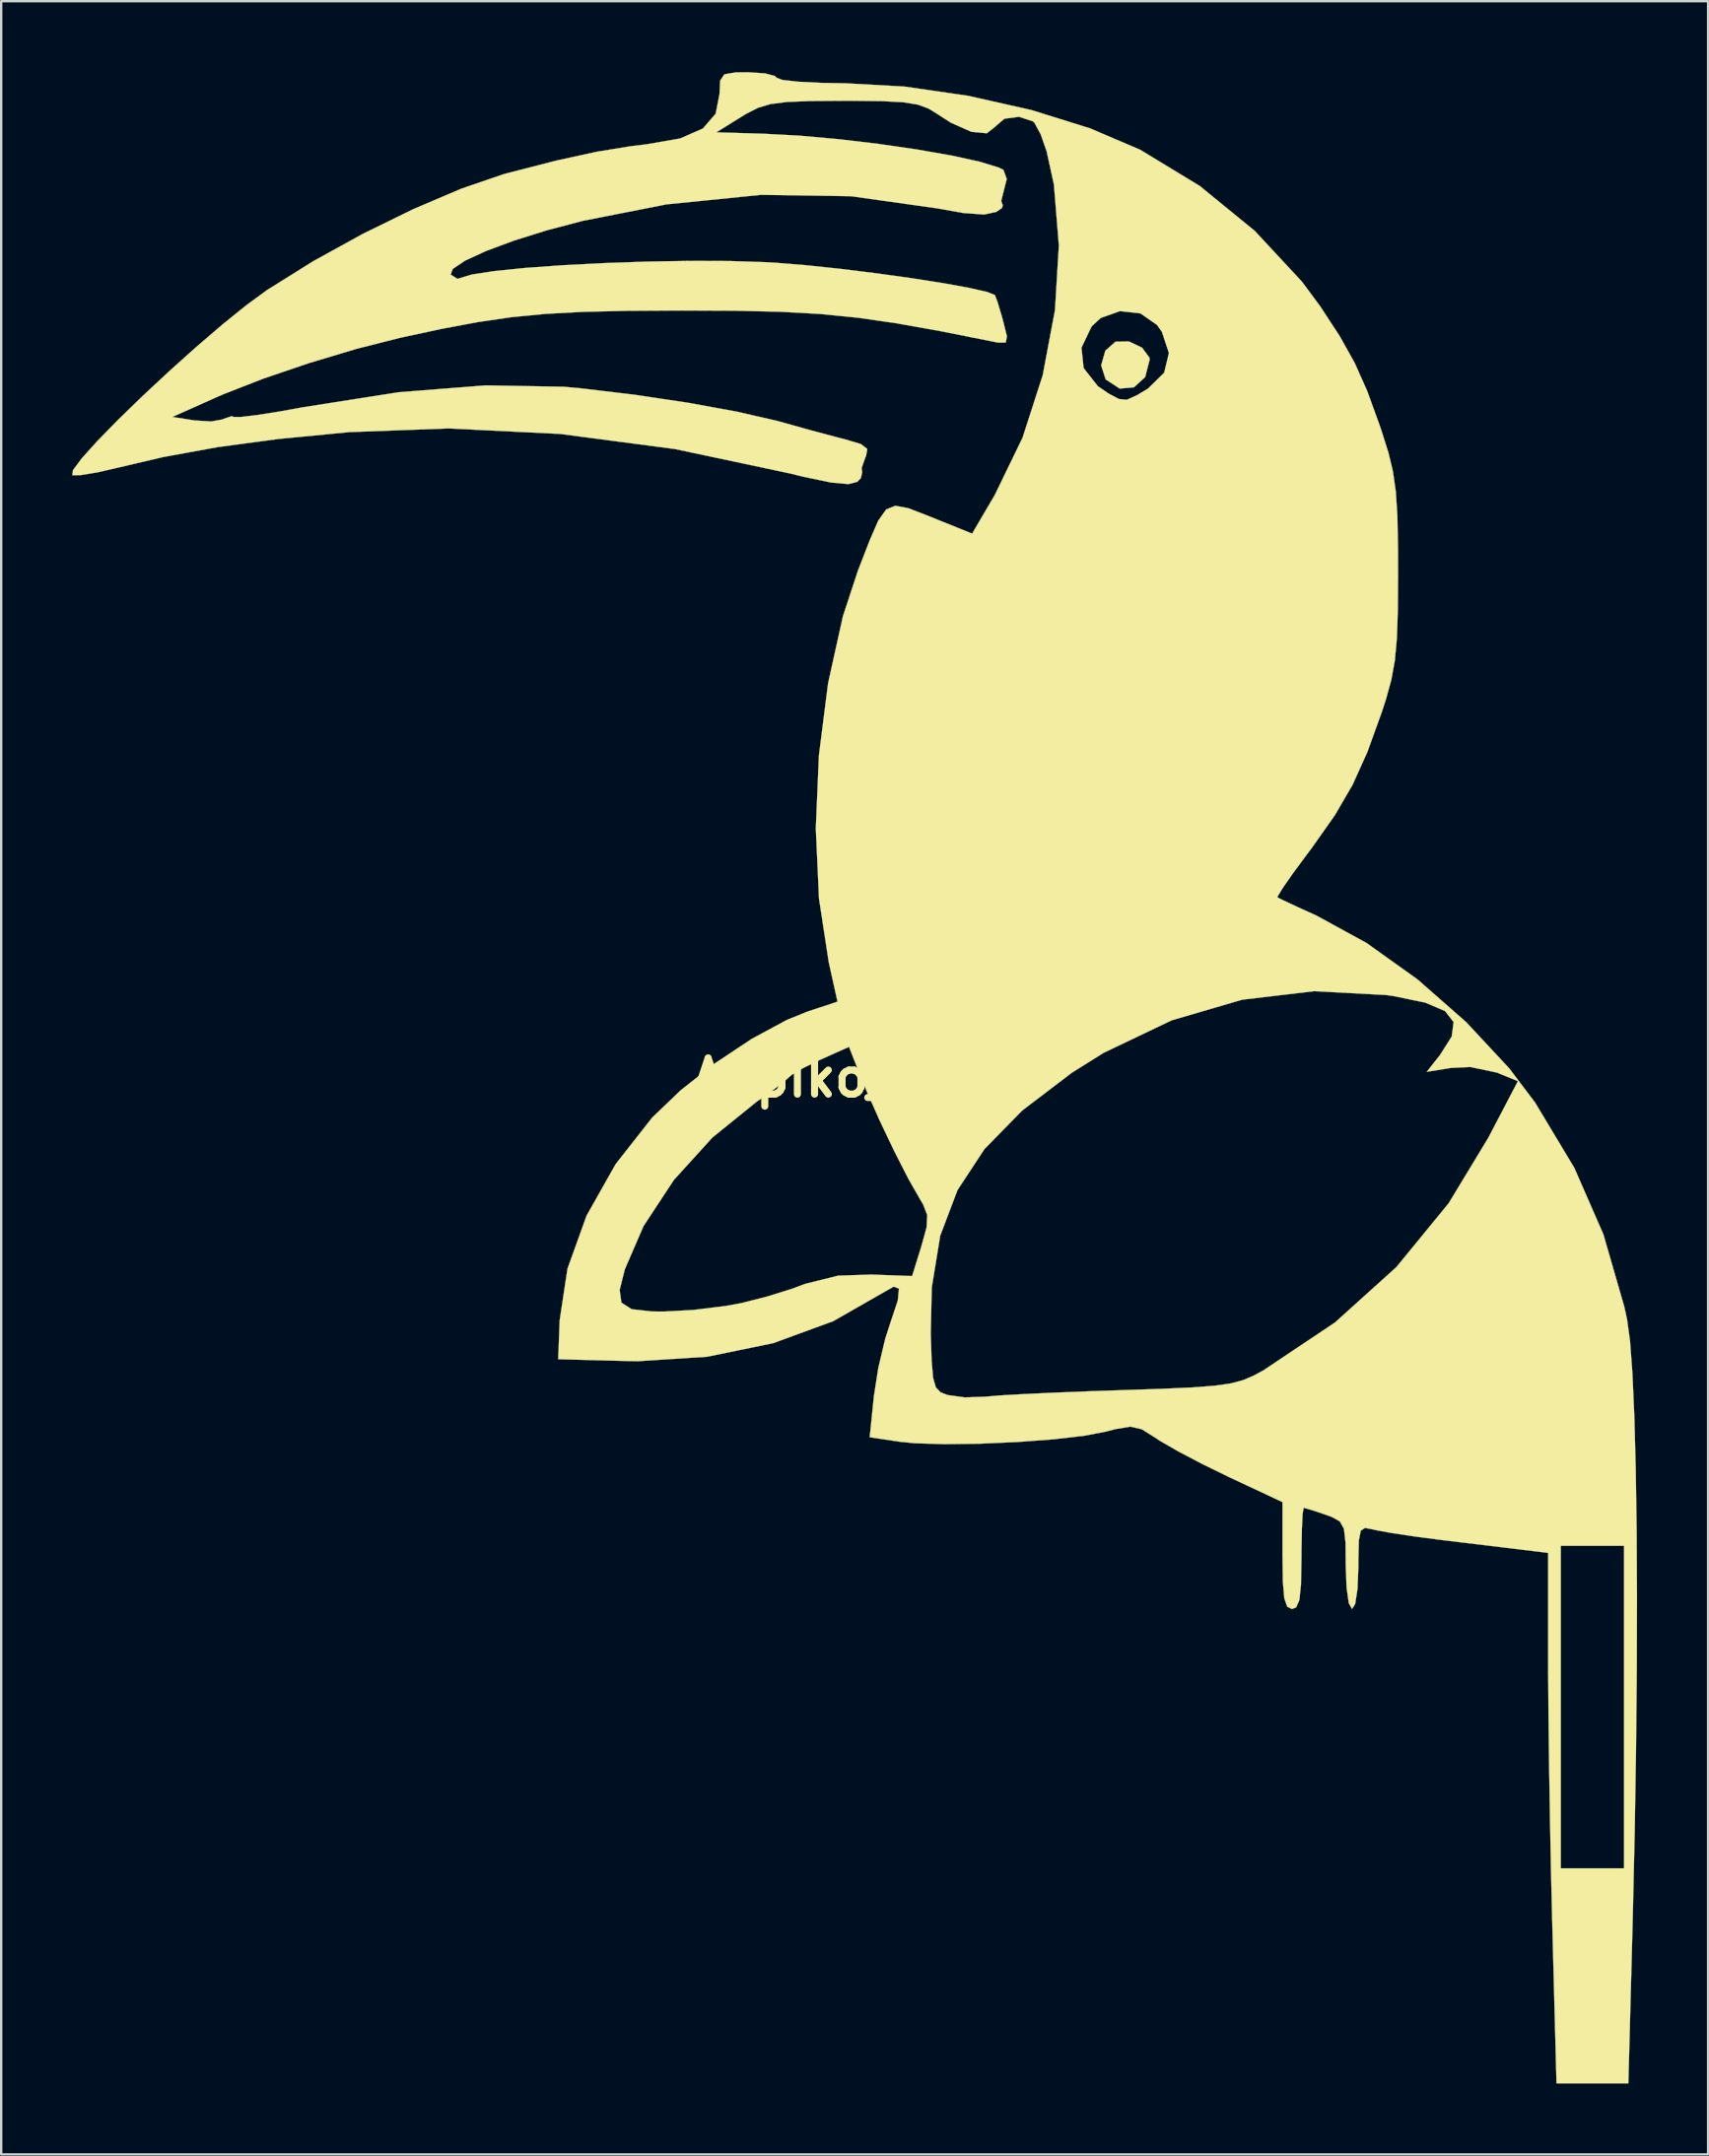
<source format=kicad_pcb>
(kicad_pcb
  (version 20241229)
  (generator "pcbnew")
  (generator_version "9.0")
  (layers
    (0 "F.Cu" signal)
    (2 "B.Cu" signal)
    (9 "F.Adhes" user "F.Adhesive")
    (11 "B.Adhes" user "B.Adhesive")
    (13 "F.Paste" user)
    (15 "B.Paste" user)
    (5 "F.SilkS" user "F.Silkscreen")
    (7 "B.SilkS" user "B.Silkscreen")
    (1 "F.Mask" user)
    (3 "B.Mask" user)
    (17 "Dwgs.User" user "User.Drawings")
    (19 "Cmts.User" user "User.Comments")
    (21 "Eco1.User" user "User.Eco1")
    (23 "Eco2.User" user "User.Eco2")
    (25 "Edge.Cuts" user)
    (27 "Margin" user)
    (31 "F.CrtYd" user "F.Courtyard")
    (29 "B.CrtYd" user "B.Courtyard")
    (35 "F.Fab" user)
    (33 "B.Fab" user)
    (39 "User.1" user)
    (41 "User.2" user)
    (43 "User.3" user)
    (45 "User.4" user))
  (footprint "Appiko_logo"
    (layer "F.Cu")
    (at 32.978 42.517)
    (property "Reference" "Appiko_logo" (at 0 0 0) (layer "F.SilkS") (effects (font (size 1.524 1.524) (thickness 0.3))))
    (attr through_hole)
    (fp_poly (pts (xy 12.248 -30.866) (xy 12.556 -30.45) (xy 12.566 -30.359) (xy 12.376 -29.623) (xy 11.904 -29.194) (xy 11.3 -29.138) (xy 10.713 -29.523) (xy 10.705 -29.531) (xy 10.516 -30.118) (xy 10.693 -30.743) (xy 11.125 -31.123) (xy 11.692 -31.132) (xy 12.248 -30.866)) (stroke (width 0.01) (type solid)) (fill yes) (layer "F.SilkS"))
    (fp_poly (pts (xy -3.694 -42.466) (xy -3.264 -42.35) (xy -3.208 -42.282) (xy -2.959 -42.188) (xy -2.285 -42.112) (xy -1.294 -42.063) (xy -0.334 -42.048) (xy 2.203 -41.907) (xy 4.893 -41.517) (xy 7.565 -40.916) (xy 10.049 -40.141) (xy 12.163 -39.238) (xy 14.683 -37.707) (xy 17.008 -35.808) (xy 19.004 -33.659) (xy 19.775 -32.619) (xy 20.611 -31.339) (xy 21.238 -30.215) (xy 21.764 -29.034) (xy 22.291 -27.581) (xy 22.381 -27.314) (xy 22.66 -26.428) (xy 22.851 -25.63) (xy 22.972 -24.785) (xy 23.038 -23.757) (xy 23.064 -22.413) (xy 23.067 -21.389) (xy 23.057 -19.786) (xy 23.017 -18.583) (xy 22.931 -17.644) (xy 22.784 -16.834) (xy 22.56 -16.018) (xy 22.384 -15.474) (xy 21.77 -13.774) (xy 21.145 -12.388) (xy 20.397 -11.104) (xy 19.416 -9.711) (xy 19.243 -9.482) (xy 18.636 -8.661) (xy 18.19 -8.022) (xy 17.975 -7.667) (xy 17.967 -7.628) (xy 18.234 -7.495) (xy 18.85 -7.207) (xy 19.619 -6.857) (xy 21.734 -5.7) (xy 23.89 -4.16) (xy 25.946 -2.354) (xy 27.764 -0.402) (xy 28.858 1.045) (xy 30.518 3.809) (xy 31.747 6.621) (xy 32.629 9.675) (xy 32.748 10.224) (xy 32.871 11.121) (xy 32.973 12.505) (xy 33.054 14.327) (xy 33.113 16.54) (xy 33.151 19.095) (xy 33.165 21.945) (xy 33.157 25.042) (xy 33.126 28.337) (xy 33.071 31.784) (xy 32.991 35.333) (xy 32.977 35.894) (xy 32.801 42.512) (xy 29.764 42.512) (xy 29.588 35.894) (xy 29.535 33.718) (xy 29.489 31.399) (xy 29.451 29.095) (xy 29.425 26.963) (xy 29.412 25.159) (xy 29.411 24.681) (xy 29.411 20.085) (xy 28.274 19.947) (xy 27.46 19.849) (xy 26.934 19.785) (xy 29.945 19.785) (xy 29.945 33.421) (xy 32.619 33.421) (xy 32.619 19.785) (xy 29.945 19.785) (xy 26.934 19.785) (xy 26.332 19.713) (xy 25.109 19.565) (xy 24.865 19.536) (xy 23.744 19.389) (xy 22.767 19.242) (xy 22.103 19.119) (xy 21.991 19.091) (xy 21.67 19.03) (xy 21.49 19.148) (xy 21.41 19.553) (xy 21.39 20.353) (xy 21.389 20.69) (xy 21.352 21.61) (xy 21.254 22.242) (xy 21.122 22.459) (xy 20.984 22.212) (xy 20.89 21.551) (xy 20.855 20.614) (xy 20.845 19.641) (xy 20.779 19.066) (xy 20.603 18.753) (xy 20.265 18.566) (xy 20.013 18.475) (xy 19.415 18.275) (xy 19.087 18.182) (xy 19.077 18.181) (xy 19.033 18.427) (xy 19.001 19.082) (xy 18.984 20.018) (xy 18.983 20.32) (xy 18.964 21.417) (xy 18.896 22.076) (xy 18.76 22.391) (xy 18.582 22.459) (xy 18.381 22.362) (xy 18.258 22.007) (xy 18.197 21.303) (xy 18.181 20.199) (xy 18.181 17.939) (xy 15.905 16.873) (xy 14.789 16.328) (xy 13.763 15.788) (xy 12.992 15.343) (xy 12.792 15.21) (xy 12.233 14.858) (xy 11.752 14.749) (xy 11.109 14.854) (xy 10.724 14.957) (xy 9.802 15.134) (xy 8.502 15.284) (xy 6.979 15.398) (xy 5.389 15.469) (xy 3.888 15.489) (xy 2.632 15.45) (xy 2.004 15.387) (xy 0.733 15.197) (xy 0.911 13.458) (xy 1.097 12.266) (xy 1.386 11.044) (xy 1.458 10.82) (xy 3.313 10.82) (xy 3.351 11.963) (xy 3.413 12.683) (xy 3.531 13.091) (xy 3.734 13.3) (xy 4.027 13.412) (xy 4.754 13.512) (xy 5.599 13.484) (xy 5.615 13.482) (xy 6.184 13.433) (xy 7.181 13.375) (xy 8.496 13.313) (xy 10.024 13.252) (xy 11.363 13.207) (xy 13.094 13.149) (xy 14.384 13.09) (xy 15.323 13.017) (xy 16.006 12.918) (xy 16.525 12.779) (xy 16.971 12.587) (xy 17.379 12.364) (xy 20.397 10.347) (xy 22.998 8) (xy 25.205 5.302) (xy 26.876 2.544) (xy 28.132 0.142) (xy 27.242 -0.221) (xy 26.122 -0.456) (xy 25.316 -0.419) (xy 24.28 -0.253) (xy 24.84 -0.965) (xy 25.335 -1.747) (xy 25.415 -2.356) (xy 25.052 -2.821) (xy 24.219 -3.177) (xy 22.886 -3.453) (xy 22.569 -3.499) (xy 19.517 -3.662) (xy 16.479 -3.302) (xy 13.5 -2.43) (xy 10.622 -1.056) (xy 9.276 -0.212) (xy 7.185 1.379) (xy 5.588 3.008) (xy 4.444 4.749) (xy 3.714 6.677) (xy 3.357 8.864) (xy 3.313 10.82) (xy 1.458 10.82) (xy 1.608 10.354) (xy 1.921 9.414) (xy 1.97 8.915) (xy 1.751 8.829) (xy 1.391 9.031) (xy -0.809 10.29) (xy -3.35 11.22) (xy -6.131 11.792) (xy -9.055 11.981) (xy -9.527 11.974) (xy -12.433 11.898) (xy -12.371 10.25) (xy -12.177 8.968) (xy -9.835 8.968) (xy -9.762 9.504) (xy -9.329 9.783) (xy -8.465 9.879) (xy -7.963 9.883) (xy -6.709 9.814) (xy -5.357 9.647) (xy -4.679 9.522) (xy -3.593 9.245) (xy -2.534 8.914) (xy -2.005 8.714) (xy -0.6 8.365) (xy 0.795 8.32) (xy 2.526 8.382) (xy 2.919 7.116) (xy 3.139 6.317) (xy 3.164 5.8) (xy 2.988 5.347) (xy 2.858 5.131) (xy 2.371 4.277) (xy 1.774 3.108) (xy 1.153 1.805) (xy 0.596 0.547) (xy 0.351 -0.052) (xy -0.141 -1.308) (xy -1.333 -0.774) (xy -2.058 -0.423) (xy -2.555 -0.131) (xy -2.666 -0.036) (xy -2.951 0.218) (xy -3.535 0.655) (xy -4.035 1.004) (xy -5.916 2.525) (xy -7.544 4.319) (xy -8.825 6.266) (xy -9.618 8.099) (xy -9.835 8.968) (xy -12.177 8.968) (xy -12.04 8.067) (xy -11.237 5.834) (xy -10.005 3.648) (xy -8.461 1.682) (xy -7.257 0.527) (xy -5.8 -0.619) (xy -4.25 -1.648) (xy -2.771 -2.446) (xy -1.915 -2.793) (xy -0.628 -3.22) (xy -0.998 -4.886) (xy -1.41 -7.579) (xy -1.545 -10.548) (xy -1.413 -13.634) (xy -1.027 -16.676) (xy -0.399 -19.513) (xy 0.233 -21.433) (xy 0.727 -22.709) (xy 1.094 -23.555) (xy 1.428 -24.028) (xy 1.819 -24.185) (xy 2.361 -24.084) (xy 3.146 -23.781) (xy 3.668 -23.569) (xy 5.063 -23.008) (xy 6.023 -24.646) (xy 7.193 -27.06) (xy 8.047 -29.706) (xy 8.265 -30.866) (xy 9.684 -30.866) (xy 9.776 -30.006) (xy 10.374 -29.243) (xy 10.828 -28.931) (xy 11.271 -28.697) (xy 11.601 -28.665) (xy 12.034 -28.86) (xy 12.499 -29.14) (xy 13.182 -29.812) (xy 13.38 -30.644) (xy 13.082 -31.542) (xy 12.877 -31.829) (xy 12.177 -32.317) (xy 11.317 -32.414) (xy 10.5 -32.124) (xy 10.113 -31.766) (xy 9.684 -30.866) (xy 8.265 -30.866) (xy 8.565 -32.458) (xy 8.729 -35.188) (xy 8.519 -37.77) (xy 8.212 -39.169) (xy 7.961 -39.888) (xy 7.699 -40.369) (xy 7.633 -40.435) (xy 7.043 -40.63) (xy 6.429 -40.547) (xy 6.047 -40.223) (xy 6.042 -40.211) (xy 5.685 -39.932) (xy 5.028 -39.995) (xy 4.165 -40.378) (xy 3.626 -40.725) (xy 3.222 -40.976) (xy 2.77 -41.143) (xy 2.158 -41.243) (xy 1.268 -41.291) (xy -0.013 -41.305) (xy -0.401 -41.305) (xy -1.791 -41.295) (xy -2.769 -41.256) (xy -3.459 -41.167) (xy -3.983 -41.011) (xy -4.465 -40.767) (xy -4.679 -40.637) (xy -5.748 -39.972) (xy -3.743 -39.912) (xy -2.241 -39.832) (xy -0.59 -39.684) (xy 1.104 -39.484) (xy 2.736 -39.247) (xy 4.197 -38.991) (xy 5.383 -38.731) (xy 6.187 -38.484) (xy 6.386 -38.386) (xy 6.527 -37.999) (xy 6.413 -37.556) (xy 6.292 -37.071) (xy 6.357 -36.889) (xy 6.327 -36.775) (xy 6.086 -36.61) (xy 5.572 -36.497) (xy 4.677 -36.563) (xy 3.608 -36.755) (xy -0.057 -37.271) (xy -3.865 -37.329) (xy -7.86 -36.926) (xy -11.388 -36.231) (xy -12.907 -35.832) (xy -14.296 -35.397) (xy -15.477 -34.958) (xy -16.368 -34.548) (xy -16.891 -34.197) (xy -16.979 -33.958) (xy -16.691 -33.777) (xy -16.609 -33.802) (xy -16.097 -33.959) (xy -15.142 -34.106) (xy -13.833 -34.239) (xy -12.263 -34.353) (xy -10.522 -34.443) (xy -8.702 -34.506) (xy -6.892 -34.537) (xy -5.185 -34.531) (xy -3.67 -34.483) (xy -3.25 -34.459) (xy -1.949 -34.353) (xy -0.49 -34.199) (xy 1.03 -34.011) (xy 2.509 -33.805) (xy 3.848 -33.595) (xy 4.948 -33.395) (xy 5.709 -33.221) (xy 6.025 -33.094) (xy 6.132 -32.814) (xy 6.314 -32.208) (xy 6.372 -32) (xy 6.533 -31.348) (xy 6.486 -31.085) (xy 6.169 -31.081) (xy 5.932 -31.127) (xy 3.724 -31.567) (xy 1.872 -31.898) (xy 0.226 -32.135) (xy -1.363 -32.293) (xy -3.042 -32.386) (xy -4.962 -32.43) (xy -7.219 -32.44) (xy -9.5 -32.426) (xy -11.374 -32.383) (xy -12.971 -32.297) (xy -14.419 -32.156) (xy -15.845 -31.947) (xy -17.379 -31.659) (xy -19.117 -31.285) (xy -20.952 -30.82) (xy -22.953 -30.22) (xy -24.905 -29.556) (xy -26.589 -28.898) (xy -26.871 -28.775) (xy -28.742 -27.94) (xy -27.806 -27.792) (xy -27.099 -27.749) (xy -26.61 -27.837) (xy -26.579 -27.857) (xy -26.233 -27.974) (xy -26.159 -27.941) (xy -25.86 -27.936) (xy -25.151 -28.021) (xy -24.147 -28.181) (xy -23.242 -28.346) (xy -19.178 -28.984) (xy -15.495 -29.274) (xy -12.204 -29.216) (xy -11.521 -29.155) (xy -9.185 -28.876) (xy -6.928 -28.537) (xy -4.887 -28.164) (xy -3.202 -27.779) (xy -2.807 -27.67) (xy -1.748 -27.374) (xy -0.672 -27.087) (xy -0.331 -27) (xy 0.364 -26.793) (xy 0.633 -26.584) (xy 0.577 -26.283) (xy 0.548 -26.226) (xy 0.39 -25.776) (xy 0.417 -25.607) (xy 0.361 -25.356) (xy 0.207 -25.196) (xy -0.169 -25.1) (xy -0.905 -25.168) (xy -2.062 -25.409) (xy -2.63 -25.549) (xy -7.5 -26.583) (xy -12.35 -27.221) (xy -17.075 -27.454) (xy -21.264 -27.298) (xy -24.246 -27.009) (xy -26.824 -26.664) (xy -29.128 -26.244) (xy -30.978 -25.811) (xy -31.894 -25.599) (xy -32.62 -25.479) (xy -32.973 -25.474) (xy -32.943 -25.691) (xy -32.568 -26.194) (xy -31.912 -26.923) (xy -31.038 -27.818) (xy -30.008 -28.818) (xy -28.887 -29.863) (xy -27.737 -30.895) (xy -26.622 -31.851) (xy -25.604 -32.673) (xy -24.747 -33.3) (xy -24.732 -33.31) (xy -22.798 -34.519) (xy -20.691 -35.681) (xy -18.553 -36.728) (xy -16.528 -37.59) (xy -14.76 -38.197) (xy -14.572 -38.249) (xy -12.513 -38.778) (xy -10.819 -39.148) (xy -9.355 -39.388) (xy -8.71 -39.464) (xy -7.279 -39.713) (xy -6.316 -40.135) (xy -5.777 -40.762) (xy -5.615 -41.595) (xy -5.588 -42.158) (xy -5.411 -42.425) (xy -4.937 -42.506) (xy -4.412 -42.512) (xy -3.694 -42.466)) (stroke (width 0.01) (type solid)) (fill yes) (layer "F.SilkS")))
  (gr_rect
    (start -3 -3)
    (end 69.149 88.033)
    (stroke (width 0.1) (type default))
    (fill no)
    (layer "Edge.Cuts")))
</source>
